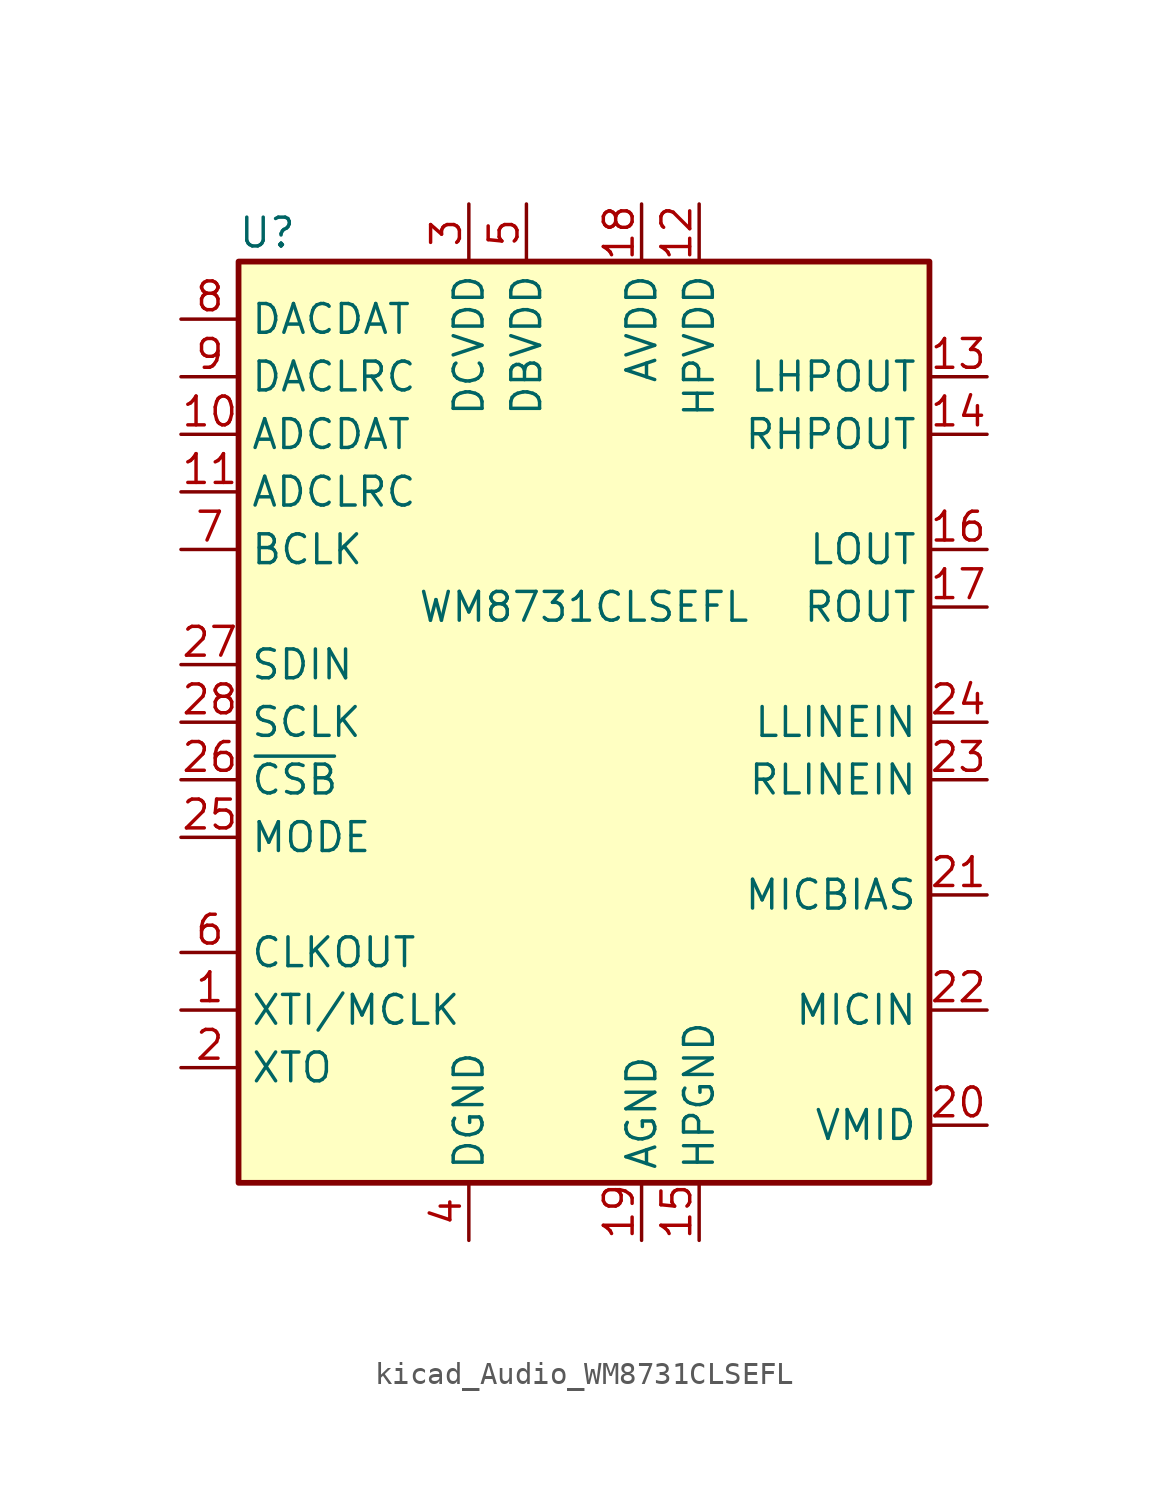
<source format=kicad_sym>
(kicad_symbol_lib
  (version 20220914)
  (generator kicad_symbol_editor)
  (symbol "kicad_Audio_WM8731CLSEFL"
    (property "Reference" "U"
      (at -13.97 21.59 0)
      (effects (font (size 1.27 1.27))))
    (property "Value" "WM8731CLSEFL"
      (at 0 5.08 0)
      (effects (font (size 1.27 1.27))))
    (symbol "kicad_Audio_WM8731CLSEFL_0_1"
      (rectangle (start -15.24 20.32) (end 15.24 -20.32) (stroke (width 0.254) (type default)) (fill (type background))))
    (symbol "kicad_Audio_WM8731CLSEFL_1_1"
      (pin input line (at -17.78 -12.7 0) (length 2.54) (name "XTI/MCLK" (effects (font (size 1.27 1.27)))) (number "1" (effects (font (size 1.27 1.27)))))
      (pin output line (at -17.78 12.7 0) (length 2.54) (name "ADCDAT" (effects (font (size 1.27 1.27)))) (number "10" (effects (font (size 1.27 1.27)))))
      (pin bidirectional line (at -17.78 10.16 0) (length 2.54) (name "ADCLRC" (effects (font (size 1.27 1.27)))) (number "11" (effects (font (size 1.27 1.27)))))
      (pin power_in line (at 5.08 22.86 270) (length 2.54) (name "HPVDD" (effects (font (size 1.27 1.27)))) (number "12" (effects (font (size 1.27 1.27)))))
      (pin output line (at 17.78 15.24 180) (length 2.54) (name "LHPOUT" (effects (font (size 1.27 1.27)))) (number "13" (effects (font (size 1.27 1.27)))))
      (pin output line (at 17.78 12.7 180) (length 2.54) (name "RHPOUT" (effects (font (size 1.27 1.27)))) (number "14" (effects (font (size 1.27 1.27)))))
      (pin power_in line (at 5.08 -22.86 90) (length 2.54) (name "HPGND" (effects (font (size 1.27 1.27)))) (number "15" (effects (font (size 1.27 1.27)))))
      (pin output line (at 17.78 7.62 180) (length 2.54) (name "LOUT" (effects (font (size 1.27 1.27)))) (number "16" (effects (font (size 1.27 1.27)))))
      (pin output line (at 17.78 5.08 180) (length 2.54) (name "ROUT" (effects (font (size 1.27 1.27)))) (number "17" (effects (font (size 1.27 1.27)))))
      (pin power_in line (at 2.54 22.86 270) (length 2.54) (name "AVDD" (effects (font (size 1.27 1.27)))) (number "18" (effects (font (size 1.27 1.27)))))
      (pin power_in line (at 2.54 -22.86 90) (length 2.54) (name "AGND" (effects (font (size 1.27 1.27)))) (number "19" (effects (font (size 1.27 1.27)))))
      (pin output line (at -17.78 -15.24 0) (length 2.54) (name "XTO" (effects (font (size 1.27 1.27)))) (number "2" (effects (font (size 1.27 1.27)))))
      (pin passive line (at 17.78 -17.78 180) (length 2.54) (name "VMID" (effects (font (size 1.27 1.27)))) (number "20" (effects (font (size 1.27 1.27)))))
      (pin output line (at 17.78 -7.62 180) (length 2.54) (name "MICBIAS" (effects (font (size 1.27 1.27)))) (number "21" (effects (font (size 1.27 1.27)))))
      (pin input line (at 17.78 -12.7 180) (length 2.54) (name "MICIN" (effects (font (size 1.27 1.27)))) (number "22" (effects (font (size 1.27 1.27)))))
      (pin input line (at 17.78 -2.54 180) (length 2.54) (name "RLINEIN" (effects (font (size 1.27 1.27)))) (number "23" (effects (font (size 1.27 1.27)))))
      (pin input line (at 17.78 0 180) (length 2.54) (name "LLINEIN" (effects (font (size 1.27 1.27)))) (number "24" (effects (font (size 1.27 1.27)))))
      (pin input line (at -17.78 -5.08 0) (length 2.54) (name "MODE" (effects (font (size 1.27 1.27)))) (number "25" (effects (font (size 1.27 1.27)))))
      (pin input line (at -17.78 -2.54 0) (length 2.54) (name "~{CSB}" (effects (font (size 1.27 1.27)))) (number "26" (effects (font (size 1.27 1.27)))))
      (pin bidirectional line (at -17.78 2.54 0) (length 2.54) (name "SDIN" (effects (font (size 1.27 1.27)))) (number "27" (effects (font (size 1.27 1.27)))))
      (pin input line (at -17.78 0 0) (length 2.54) (name "SCLK" (effects (font (size 1.27 1.27)))) (number "28" (effects (font (size 1.27 1.27)))))
      (pin passive line (at 2.54 -22.86 90) (length 2.54) hide (name "AGND" (effects (font (size 1.27 1.27)))) (number "29" (effects (font (size 1.27 1.27)))))
      (pin power_in line (at -5.08 22.86 270) (length 2.54) (name "DCVDD" (effects (font (size 1.27 1.27)))) (number "3" (effects (font (size 1.27 1.27)))))
      (pin power_in line (at -5.08 -22.86 90) (length 2.54) (name "DGND" (effects (font (size 1.27 1.27)))) (number "4" (effects (font (size 1.27 1.27)))))
      (pin power_in line (at -2.54 22.86 270) (length 2.54) (name "DBVDD" (effects (font (size 1.27 1.27)))) (number "5" (effects (font (size 1.27 1.27)))))
      (pin output line (at -17.78 -10.16 0) (length 2.54) (name "CLKOUT" (effects (font (size 1.27 1.27)))) (number "6" (effects (font (size 1.27 1.27)))))
      (pin bidirectional line (at -17.78 7.62 0) (length 2.54) (name "BCLK" (effects (font (size 1.27 1.27)))) (number "7" (effects (font (size 1.27 1.27)))))
      (pin input line (at -17.78 17.78 0) (length 2.54) (name "DACDAT" (effects (font (size 1.27 1.27)))) (number "8" (effects (font (size 1.27 1.27)))))
      (pin bidirectional line (at -17.78 15.24 0) (length 2.54) (name "DACLRC" (effects (font (size 1.27 1.27)))) (number "9" (effects (font (size 1.27 1.27))))))))
</source>
